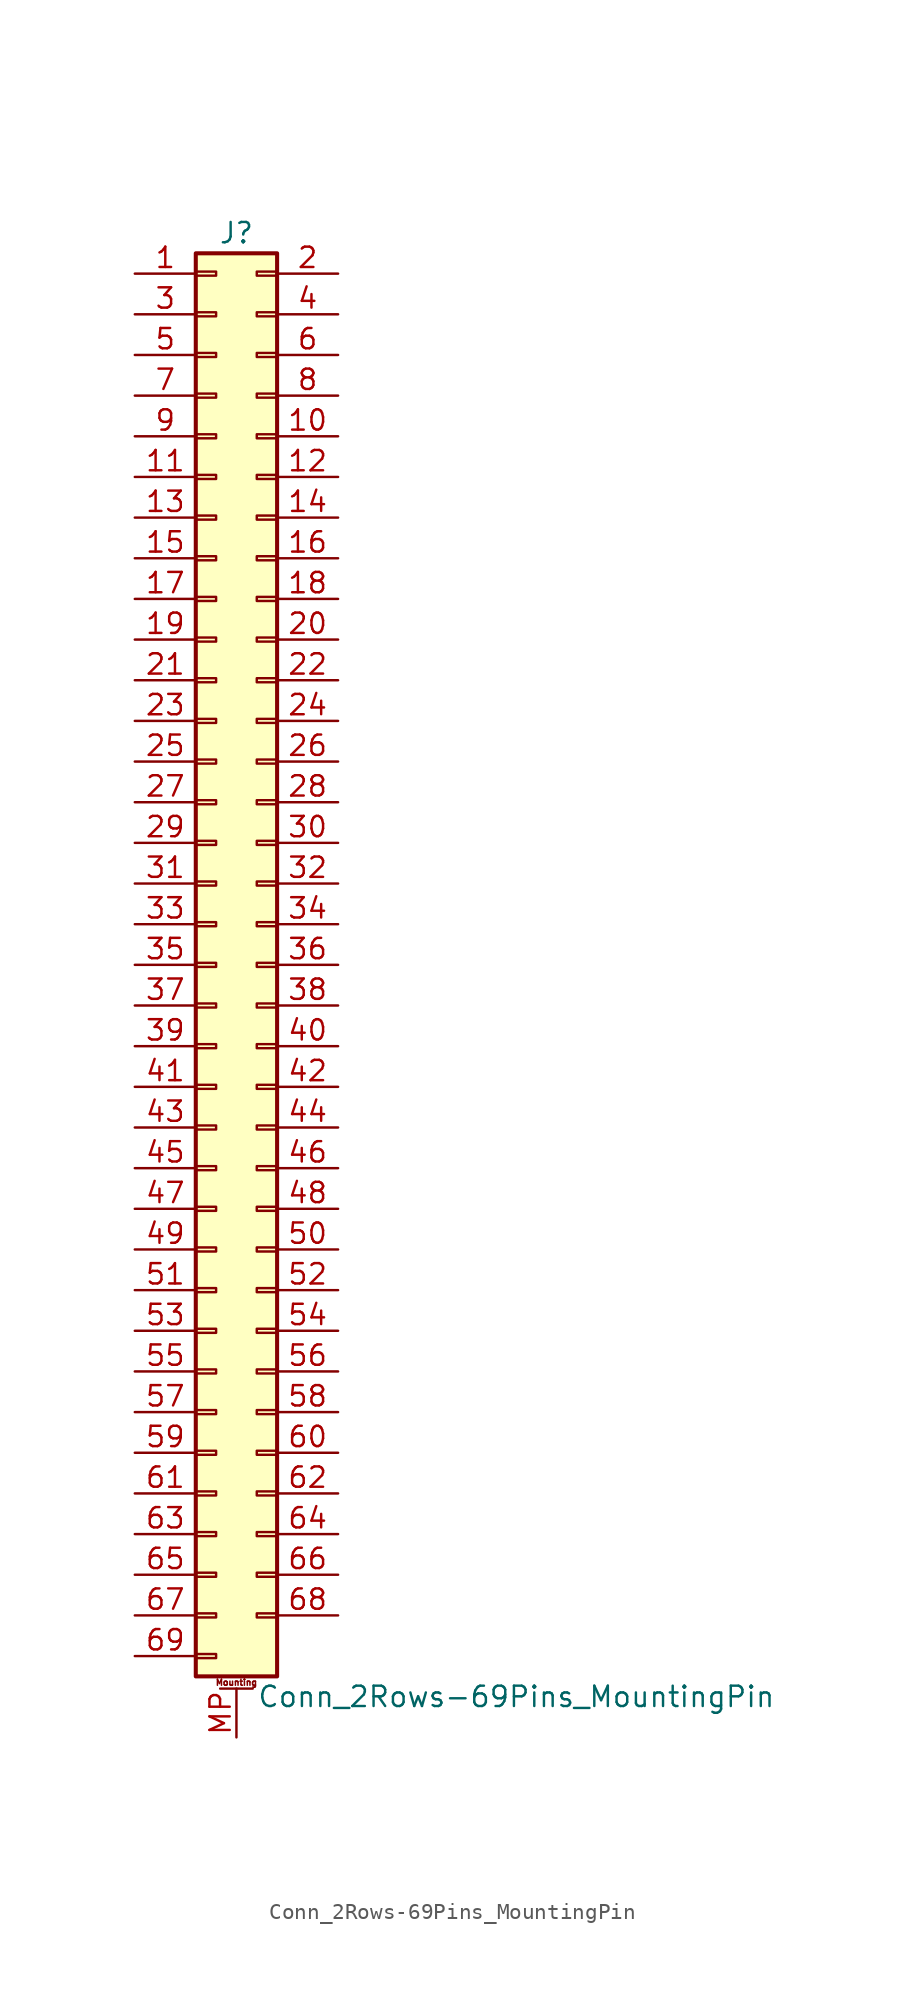
<source format=kicad_sym>
(kicad_symbol_lib
  (version 20211014)
  (generator kicad_symbol_editor)
  (symbol "Conn_2Rows-69Pins_MountingPin"
    (pin_names
      (offset 1.016) hide)
    (property "Reference" "J"
      (at 1.27 45.72 0)
      (effects (font (size 1.27 1.27))))
    (property "Value" "Conn_2Rows-69Pins_MountingPin"
      (at 2.54 -45.72 0)
      (effects (font (size 1.27 1.27)) (justify left)))
    (symbol "Conn_2Rows-69Pins_MountingPin_1_1"
      (rectangle (start -1.27 -43.053) (end 0 -43.307) (stroke (width 0.152) (type default) (color 0 0 0 0)) (fill (type none)))
      (rectangle (start -1.27 -40.513) (end 0 -40.767) (stroke (width 0.152) (type default) (color 0 0 0 0)) (fill (type none)))
      (rectangle (start -1.27 -37.973) (end 0 -38.227) (stroke (width 0.152) (type default) (color 0 0 0 0)) (fill (type none)))
      (rectangle (start -1.27 -35.433) (end 0 -35.687) (stroke (width 0.152) (type default) (color 0 0 0 0)) (fill (type none)))
      (rectangle (start -1.27 -32.893) (end 0 -33.147) (stroke (width 0.152) (type default) (color 0 0 0 0)) (fill (type none)))
      (rectangle (start -1.27 -30.353) (end 0 -30.607) (stroke (width 0.152) (type default) (color 0 0 0 0)) (fill (type none)))
      (rectangle (start -1.27 -27.813) (end 0 -28.067) (stroke (width 0.152) (type default) (color 0 0 0 0)) (fill (type none)))
      (rectangle (start -1.27 -25.273) (end 0 -25.527) (stroke (width 0.152) (type default) (color 0 0 0 0)) (fill (type none)))
      (rectangle (start -1.27 -22.733) (end 0 -22.987) (stroke (width 0.152) (type default) (color 0 0 0 0)) (fill (type none)))
      (rectangle (start -1.27 -20.193) (end 0 -20.447) (stroke (width 0.152) (type default) (color 0 0 0 0)) (fill (type none)))
      (rectangle (start -1.27 -17.653) (end 0 -17.907) (stroke (width 0.152) (type default) (color 0 0 0 0)) (fill (type none)))
      (rectangle (start -1.27 -15.113) (end 0 -15.367) (stroke (width 0.152) (type default) (color 0 0 0 0)) (fill (type none)))
      (rectangle (start -1.27 -12.573) (end 0 -12.827) (stroke (width 0.152) (type default) (color 0 0 0 0)) (fill (type none)))
      (rectangle (start -1.27 -10.033) (end 0 -10.287) (stroke (width 0.152) (type default) (color 0 0 0 0)) (fill (type none)))
      (rectangle (start -1.27 -7.493) (end 0 -7.747) (stroke (width 0.152) (type default) (color 0 0 0 0)) (fill (type none)))
      (rectangle (start -1.27 -4.953) (end 0 -5.207) (stroke (width 0.152) (type default) (color 0 0 0 0)) (fill (type none)))
      (rectangle (start -1.27 -2.413) (end 0 -2.667) (stroke (width 0.152) (type default) (color 0 0 0 0)) (fill (type none)))
      (rectangle (start -1.27 0.127) (end 0 -0.127) (stroke (width 0.152) (type default) (color 0 0 0 0)) (fill (type none)))
      (rectangle (start -1.27 2.667) (end 0 2.413) (stroke (width 0.152) (type default) (color 0 0 0 0)) (fill (type none)))
      (rectangle (start -1.27 5.207) (end 0 4.953) (stroke (width 0.152) (type default) (color 0 0 0 0)) (fill (type none)))
      (rectangle (start -1.27 7.747) (end 0 7.493) (stroke (width 0.152) (type default) (color 0 0 0 0)) (fill (type none)))
      (rectangle (start -1.27 10.287) (end 0 10.033) (stroke (width 0.152) (type default) (color 0 0 0 0)) (fill (type none)))
      (rectangle (start -1.27 12.827) (end 0 12.573) (stroke (width 0.152) (type default) (color 0 0 0 0)) (fill (type none)))
      (rectangle (start -1.27 15.367) (end 0 15.113) (stroke (width 0.152) (type default) (color 0 0 0 0)) (fill (type none)))
      (rectangle (start -1.27 17.907) (end 0 17.653) (stroke (width 0.152) (type default) (color 0 0 0 0)) (fill (type none)))
      (rectangle (start -1.27 20.447) (end 0 20.193) (stroke (width 0.152) (type default) (color 0 0 0 0)) (fill (type none)))
      (rectangle (start -1.27 22.987) (end 0 22.733) (stroke (width 0.152) (type default) (color 0 0 0 0)) (fill (type none)))
      (rectangle (start -1.27 25.527) (end 0 25.273) (stroke (width 0.152) (type default) (color 0 0 0 0)) (fill (type none)))
      (rectangle (start -1.27 28.067) (end 0 27.813) (stroke (width 0.152) (type default) (color 0 0 0 0)) (fill (type none)))
      (rectangle (start -1.27 30.607) (end 0 30.353) (stroke (width 0.152) (type default) (color 0 0 0 0)) (fill (type none)))
      (rectangle (start -1.27 33.147) (end 0 32.893) (stroke (width 0.152) (type default) (color 0 0 0 0)) (fill (type none)))
      (rectangle (start -1.27 35.687) (end 0 35.433) (stroke (width 0.152) (type default) (color 0 0 0 0)) (fill (type none)))
      (rectangle (start -1.27 38.227) (end 0 37.973) (stroke (width 0.152) (type default) (color 0 0 0 0)) (fill (type none)))
      (rectangle (start -1.27 40.767) (end 0 40.513) (stroke (width 0.152) (type default) (color 0 0 0 0)) (fill (type none)))
      (rectangle (start -1.27 43.307) (end 0 43.053) (stroke (width 0.152) (type default) (color 0 0 0 0)) (fill (type none)))
      (rectangle (start -1.27 44.45) (end 3.81 -44.45) (stroke (width 0.254) (type default) (color 0 0 0 0)) (fill (type background)))
      (polyline (pts (xy 0.254 -45.212) (xy 2.286 -45.212)) (stroke (width 0.152) (type default) (color 0 0 0 0)) (fill (type none)))
      (rectangle (start 3.81 -40.513) (end 2.54 -40.767) (stroke (width 0.152) (type default) (color 0 0 0 0)) (fill (type none)))
      (rectangle (start 3.81 -37.973) (end 2.54 -38.227) (stroke (width 0.152) (type default) (color 0 0 0 0)) (fill (type none)))
      (rectangle (start 3.81 -35.433) (end 2.54 -35.687) (stroke (width 0.152) (type default) (color 0 0 0 0)) (fill (type none)))
      (rectangle (start 3.81 -32.893) (end 2.54 -33.147) (stroke (width 0.152) (type default) (color 0 0 0 0)) (fill (type none)))
      (rectangle (start 3.81 -30.353) (end 2.54 -30.607) (stroke (width 0.152) (type default) (color 0 0 0 0)) (fill (type none)))
      (rectangle (start 3.81 -27.813) (end 2.54 -28.067) (stroke (width 0.152) (type default) (color 0 0 0 0)) (fill (type none)))
      (rectangle (start 3.81 -25.273) (end 2.54 -25.527) (stroke (width 0.152) (type default) (color 0 0 0 0)) (fill (type none)))
      (rectangle (start 3.81 -22.733) (end 2.54 -22.987) (stroke (width 0.152) (type default) (color 0 0 0 0)) (fill (type none)))
      (rectangle (start 3.81 -20.193) (end 2.54 -20.447) (stroke (width 0.152) (type default) (color 0 0 0 0)) (fill (type none)))
      (rectangle (start 3.81 -17.653) (end 2.54 -17.907) (stroke (width 0.152) (type default) (color 0 0 0 0)) (fill (type none)))
      (rectangle (start 3.81 -15.113) (end 2.54 -15.367) (stroke (width 0.152) (type default) (color 0 0 0 0)) (fill (type none)))
      (rectangle (start 3.81 -12.573) (end 2.54 -12.827) (stroke (width 0.152) (type default) (color 0 0 0 0)) (fill (type none)))
      (rectangle (start 3.81 -10.033) (end 2.54 -10.287) (stroke (width 0.152) (type default) (color 0 0 0 0)) (fill (type none)))
      (rectangle (start 3.81 -7.493) (end 2.54 -7.747) (stroke (width 0.152) (type default) (color 0 0 0 0)) (fill (type none)))
      (rectangle (start 3.81 -4.953) (end 2.54 -5.207) (stroke (width 0.152) (type default) (color 0 0 0 0)) (fill (type none)))
      (rectangle (start 3.81 -2.413) (end 2.54 -2.667) (stroke (width 0.152) (type default) (color 0 0 0 0)) (fill (type none)))
      (rectangle (start 3.81 0.127) (end 2.54 -0.127) (stroke (width 0.152) (type default) (color 0 0 0 0)) (fill (type none)))
      (rectangle (start 3.81 2.667) (end 2.54 2.413) (stroke (width 0.152) (type default) (color 0 0 0 0)) (fill (type none)))
      (rectangle (start 3.81 5.207) (end 2.54 4.953) (stroke (width 0.152) (type default) (color 0 0 0 0)) (fill (type none)))
      (rectangle (start 3.81 7.747) (end 2.54 7.493) (stroke (width 0.152) (type default) (color 0 0 0 0)) (fill (type none)))
      (rectangle (start 3.81 10.287) (end 2.54 10.033) (stroke (width 0.152) (type default) (color 0 0 0 0)) (fill (type none)))
      (rectangle (start 3.81 12.827) (end 2.54 12.573) (stroke (width 0.152) (type default) (color 0 0 0 0)) (fill (type none)))
      (rectangle (start 3.81 15.367) (end 2.54 15.113) (stroke (width 0.152) (type default) (color 0 0 0 0)) (fill (type none)))
      (rectangle (start 3.81 17.907) (end 2.54 17.653) (stroke (width 0.152) (type default) (color 0 0 0 0)) (fill (type none)))
      (rectangle (start 3.81 20.447) (end 2.54 20.193) (stroke (width 0.152) (type default) (color 0 0 0 0)) (fill (type none)))
      (rectangle (start 3.81 22.987) (end 2.54 22.733) (stroke (width 0.152) (type default) (color 0 0 0 0)) (fill (type none)))
      (rectangle (start 3.81 25.527) (end 2.54 25.273) (stroke (width 0.152) (type default) (color 0 0 0 0)) (fill (type none)))
      (rectangle (start 3.81 28.067) (end 2.54 27.813) (stroke (width 0.152) (type default) (color 0 0 0 0)) (fill (type none)))
      (rectangle (start 3.81 30.607) (end 2.54 30.353) (stroke (width 0.152) (type default) (color 0 0 0 0)) (fill (type none)))
      (rectangle (start 3.81 33.147) (end 2.54 32.893) (stroke (width 0.152) (type default) (color 0 0 0 0)) (fill (type none)))
      (rectangle (start 3.81 35.687) (end 2.54 35.433) (stroke (width 0.152) (type default) (color 0 0 0 0)) (fill (type none)))
      (rectangle (start 3.81 38.227) (end 2.54 37.973) (stroke (width 0.152) (type default) (color 0 0 0 0)) (fill (type none)))
      (rectangle (start 3.81 40.767) (end 2.54 40.513) (stroke (width 0.152) (type default) (color 0 0 0 0)) (fill (type none)))
      (rectangle (start 3.81 43.307) (end 2.54 43.053) (stroke (width 0.152) (type default) (color 0 0 0 0)) (fill (type none)))
      (text "Mounting" (at 1.27 -44.831 0) (effects (font (size 0.381 0.381))))
      (pin passive line (at -5.08 43.18 0) (length 3.81) (name "Pin_1" (effects (font (size 1.27 1.27)))) (number "1" (effects (font (size 1.27 1.27)))))
      (pin passive line (at 7.62 33.02 180) (length 3.81) (name "Pin_10" (effects (font (size 1.27 1.27)))) (number "10" (effects (font (size 1.27 1.27)))))
      (pin passive line (at -5.08 30.48 0) (length 3.81) (name "Pin_11" (effects (font (size 1.27 1.27)))) (number "11" (effects (font (size 1.27 1.27)))))
      (pin passive line (at 7.62 30.48 180) (length 3.81) (name "Pin_12" (effects (font (size 1.27 1.27)))) (number "12" (effects (font (size 1.27 1.27)))))
      (pin passive line (at -5.08 27.94 0) (length 3.81) (name "Pin_13" (effects (font (size 1.27 1.27)))) (number "13" (effects (font (size 1.27 1.27)))))
      (pin passive line (at 7.62 27.94 180) (length 3.81) (name "Pin_14" (effects (font (size 1.27 1.27)))) (number "14" (effects (font (size 1.27 1.27)))))
      (pin passive line (at -5.08 25.4 0) (length 3.81) (name "Pin_15" (effects (font (size 1.27 1.27)))) (number "15" (effects (font (size 1.27 1.27)))))
      (pin passive line (at 7.62 25.4 180) (length 3.81) (name "Pin_16" (effects (font (size 1.27 1.27)))) (number "16" (effects (font (size 1.27 1.27)))))
      (pin passive line (at -5.08 22.86 0) (length 3.81) (name "Pin_17" (effects (font (size 1.27 1.27)))) (number "17" (effects (font (size 1.27 1.27)))))
      (pin passive line (at 7.62 22.86 180) (length 3.81) (name "Pin_18" (effects (font (size 1.27 1.27)))) (number "18" (effects (font (size 1.27 1.27)))))
      (pin passive line (at -5.08 20.32 0) (length 3.81) (name "Pin_19" (effects (font (size 1.27 1.27)))) (number "19" (effects (font (size 1.27 1.27)))))
      (pin passive line (at 7.62 43.18 180) (length 3.81) (name "Pin_2" (effects (font (size 1.27 1.27)))) (number "2" (effects (font (size 1.27 1.27)))))
      (pin passive line (at 7.62 20.32 180) (length 3.81) (name "Pin_20" (effects (font (size 1.27 1.27)))) (number "20" (effects (font (size 1.27 1.27)))))
      (pin passive line (at -5.08 17.78 0) (length 3.81) (name "Pin_21" (effects (font (size 1.27 1.27)))) (number "21" (effects (font (size 1.27 1.27)))))
      (pin passive line (at 7.62 17.78 180) (length 3.81) (name "Pin_22" (effects (font (size 1.27 1.27)))) (number "22" (effects (font (size 1.27 1.27)))))
      (pin passive line (at -5.08 15.24 0) (length 3.81) (name "Pin_23" (effects (font (size 1.27 1.27)))) (number "23" (effects (font (size 1.27 1.27)))))
      (pin passive line (at 7.62 15.24 180) (length 3.81) (name "Pin_24" (effects (font (size 1.27 1.27)))) (number "24" (effects (font (size 1.27 1.27)))))
      (pin passive line (at -5.08 12.7 0) (length 3.81) (name "Pin_25" (effects (font (size 1.27 1.27)))) (number "25" (effects (font (size 1.27 1.27)))))
      (pin passive line (at 7.62 12.7 180) (length 3.81) (name "Pin_26" (effects (font (size 1.27 1.27)))) (number "26" (effects (font (size 1.27 1.27)))))
      (pin passive line (at -5.08 10.16 0) (length 3.81) (name "Pin_27" (effects (font (size 1.27 1.27)))) (number "27" (effects (font (size 1.27 1.27)))))
      (pin passive line (at 7.62 10.16 180) (length 3.81) (name "Pin_28" (effects (font (size 1.27 1.27)))) (number "28" (effects (font (size 1.27 1.27)))))
      (pin passive line (at -5.08 7.62 0) (length 3.81) (name "Pin_29" (effects (font (size 1.27 1.27)))) (number "29" (effects (font (size 1.27 1.27)))))
      (pin passive line (at -5.08 40.64 0) (length 3.81) (name "Pin_3" (effects (font (size 1.27 1.27)))) (number "3" (effects (font (size 1.27 1.27)))))
      (pin passive line (at 7.62 7.62 180) (length 3.81) (name "Pin_30" (effects (font (size 1.27 1.27)))) (number "30" (effects (font (size 1.27 1.27)))))
      (pin passive line (at -5.08 5.08 0) (length 3.81) (name "Pin_31" (effects (font (size 1.27 1.27)))) (number "31" (effects (font (size 1.27 1.27)))))
      (pin passive line (at 7.62 5.08 180) (length 3.81) (name "Pin_32" (effects (font (size 1.27 1.27)))) (number "32" (effects (font (size 1.27 1.27)))))
      (pin passive line (at -5.08 2.54 0) (length 3.81) (name "Pin_33" (effects (font (size 1.27 1.27)))) (number "33" (effects (font (size 1.27 1.27)))))
      (pin passive line (at 7.62 2.54 180) (length 3.81) (name "Pin_34" (effects (font (size 1.27 1.27)))) (number "34" (effects (font (size 1.27 1.27)))))
      (pin passive line (at -5.08 0 0) (length 3.81) (name "Pin_35" (effects (font (size 1.27 1.27)))) (number "35" (effects (font (size 1.27 1.27)))))
      (pin passive line (at 7.62 0 180) (length 3.81) (name "Pin_36" (effects (font (size 1.27 1.27)))) (number "36" (effects (font (size 1.27 1.27)))))
      (pin passive line (at -5.08 -2.54 0) (length 3.81) (name "Pin_37" (effects (font (size 1.27 1.27)))) (number "37" (effects (font (size 1.27 1.27)))))
      (pin passive line (at 7.62 -2.54 180) (length 3.81) (name "Pin_38" (effects (font (size 1.27 1.27)))) (number "38" (effects (font (size 1.27 1.27)))))
      (pin passive line (at -5.08 -5.08 0) (length 3.81) (name "Pin_39" (effects (font (size 1.27 1.27)))) (number "39" (effects (font (size 1.27 1.27)))))
      (pin passive line (at 7.62 40.64 180) (length 3.81) (name "Pin_4" (effects (font (size 1.27 1.27)))) (number "4" (effects (font (size 1.27 1.27)))))
      (pin passive line (at 7.62 -5.08 180) (length 3.81) (name "Pin_40" (effects (font (size 1.27 1.27)))) (number "40" (effects (font (size 1.27 1.27)))))
      (pin passive line (at -5.08 -7.62 0) (length 3.81) (name "Pin_41" (effects (font (size 1.27 1.27)))) (number "41" (effects (font (size 1.27 1.27)))))
      (pin passive line (at 7.62 -7.62 180) (length 3.81) (name "Pin_42" (effects (font (size 1.27 1.27)))) (number "42" (effects (font (size 1.27 1.27)))))
      (pin passive line (at -5.08 -10.16 0) (length 3.81) (name "Pin_43" (effects (font (size 1.27 1.27)))) (number "43" (effects (font (size 1.27 1.27)))))
      (pin passive line (at 7.62 -10.16 180) (length 3.81) (name "Pin_44" (effects (font (size 1.27 1.27)))) (number "44" (effects (font (size 1.27 1.27)))))
      (pin passive line (at -5.08 -12.7 0) (length 3.81) (name "Pin_45" (effects (font (size 1.27 1.27)))) (number "45" (effects (font (size 1.27 1.27)))))
      (pin passive line (at 7.62 -12.7 180) (length 3.81) (name "Pin_46" (effects (font (size 1.27 1.27)))) (number "46" (effects (font (size 1.27 1.27)))))
      (pin passive line (at -5.08 -15.24 0) (length 3.81) (name "Pin_47" (effects (font (size 1.27 1.27)))) (number "47" (effects (font (size 1.27 1.27)))))
      (pin passive line (at 7.62 -15.24 180) (length 3.81) (name "Pin_48" (effects (font (size 1.27 1.27)))) (number "48" (effects (font (size 1.27 1.27)))))
      (pin passive line (at -5.08 -17.78 0) (length 3.81) (name "Pin_49" (effects (font (size 1.27 1.27)))) (number "49" (effects (font (size 1.27 1.27)))))
      (pin passive line (at -5.08 38.1 0) (length 3.81) (name "Pin_5" (effects (font (size 1.27 1.27)))) (number "5" (effects (font (size 1.27 1.27)))))
      (pin passive line (at 7.62 -17.78 180) (length 3.81) (name "Pin_50" (effects (font (size 1.27 1.27)))) (number "50" (effects (font (size 1.27 1.27)))))
      (pin passive line (at -5.08 -20.32 0) (length 3.81) (name "Pin_51" (effects (font (size 1.27 1.27)))) (number "51" (effects (font (size 1.27 1.27)))))
      (pin passive line (at 7.62 -20.32 180) (length 3.81) (name "Pin_52" (effects (font (size 1.27 1.27)))) (number "52" (effects (font (size 1.27 1.27)))))
      (pin passive line (at -5.08 -22.86 0) (length 3.81) (name "Pin_53" (effects (font (size 1.27 1.27)))) (number "53" (effects (font (size 1.27 1.27)))))
      (pin passive line (at 7.62 -22.86 180) (length 3.81) (name "Pin_54" (effects (font (size 1.27 1.27)))) (number "54" (effects (font (size 1.27 1.27)))))
      (pin passive line (at -5.08 -25.4 0) (length 3.81) (name "Pin_55" (effects (font (size 1.27 1.27)))) (number "55" (effects (font (size 1.27 1.27)))))
      (pin passive line (at 7.62 -25.4 180) (length 3.81) (name "Pin_56" (effects (font (size 1.27 1.27)))) (number "56" (effects (font (size 1.27 1.27)))))
      (pin passive line (at -5.08 -27.94 0) (length 3.81) (name "Pin_57" (effects (font (size 1.27 1.27)))) (number "57" (effects (font (size 1.27 1.27)))))
      (pin passive line (at 7.62 -27.94 180) (length 3.81) (name "Pin_58" (effects (font (size 1.27 1.27)))) (number "58" (effects (font (size 1.27 1.27)))))
      (pin passive line (at -5.08 -30.48 0) (length 3.81) (name "Pin_59" (effects (font (size 1.27 1.27)))) (number "59" (effects (font (size 1.27 1.27)))))
      (pin passive line (at 7.62 38.1 180) (length 3.81) (name "Pin_6" (effects (font (size 1.27 1.27)))) (number "6" (effects (font (size 1.27 1.27)))))
      (pin passive line (at 7.62 -30.48 180) (length 3.81) (name "Pin_60" (effects (font (size 1.27 1.27)))) (number "60" (effects (font (size 1.27 1.27)))))
      (pin passive line (at -5.08 -33.02 0) (length 3.81) (name "Pin_61" (effects (font (size 1.27 1.27)))) (number "61" (effects (font (size 1.27 1.27)))))
      (pin passive line (at 7.62 -33.02 180) (length 3.81) (name "Pin_62" (effects (font (size 1.27 1.27)))) (number "62" (effects (font (size 1.27 1.27)))))
      (pin passive line (at -5.08 -35.56 0) (length 3.81) (name "Pin_63" (effects (font (size 1.27 1.27)))) (number "63" (effects (font (size 1.27 1.27)))))
      (pin passive line (at 7.62 -35.56 180) (length 3.81) (name "Pin_64" (effects (font (size 1.27 1.27)))) (number "64" (effects (font (size 1.27 1.27)))))
      (pin passive line (at -5.08 -38.1 0) (length 3.81) (name "Pin_65" (effects (font (size 1.27 1.27)))) (number "65" (effects (font (size 1.27 1.27)))))
      (pin passive line (at 7.62 -38.1 180) (length 3.81) (name "Pin_66" (effects (font (size 1.27 1.27)))) (number "66" (effects (font (size 1.27 1.27)))))
      (pin passive line (at -5.08 -40.64 0) (length 3.81) (name "Pin_67" (effects (font (size 1.27 1.27)))) (number "67" (effects (font (size 1.27 1.27)))))
      (pin passive line (at 7.62 -40.64 180) (length 3.81) (name "Pin_68" (effects (font (size 1.27 1.27)))) (number "68" (effects (font (size 1.27 1.27)))))
      (pin passive line (at -5.08 -43.18 0) (length 3.81) (name "Pin_69" (effects (font (size 1.27 1.27)))) (number "69" (effects (font (size 1.27 1.27)))))
      (pin passive line (at -5.08 35.56 0) (length 3.81) (name "Pin_7" (effects (font (size 1.27 1.27)))) (number "7" (effects (font (size 1.27 1.27)))))
      (pin passive line (at 7.62 35.56 180) (length 3.81) (name "Pin_8" (effects (font (size 1.27 1.27)))) (number "8" (effects (font (size 1.27 1.27)))))
      (pin passive line (at -5.08 33.02 0) (length 3.81) (name "Pin_9" (effects (font (size 1.27 1.27)))) (number "9" (effects (font (size 1.27 1.27)))))
      (pin passive line (at 1.27 -48.26 90) (length 3.048) (name "MountPin" (effects (font (size 1.27 1.27)))) (number "MP" (effects (font (size 1.27 1.27))))))))
</source>
